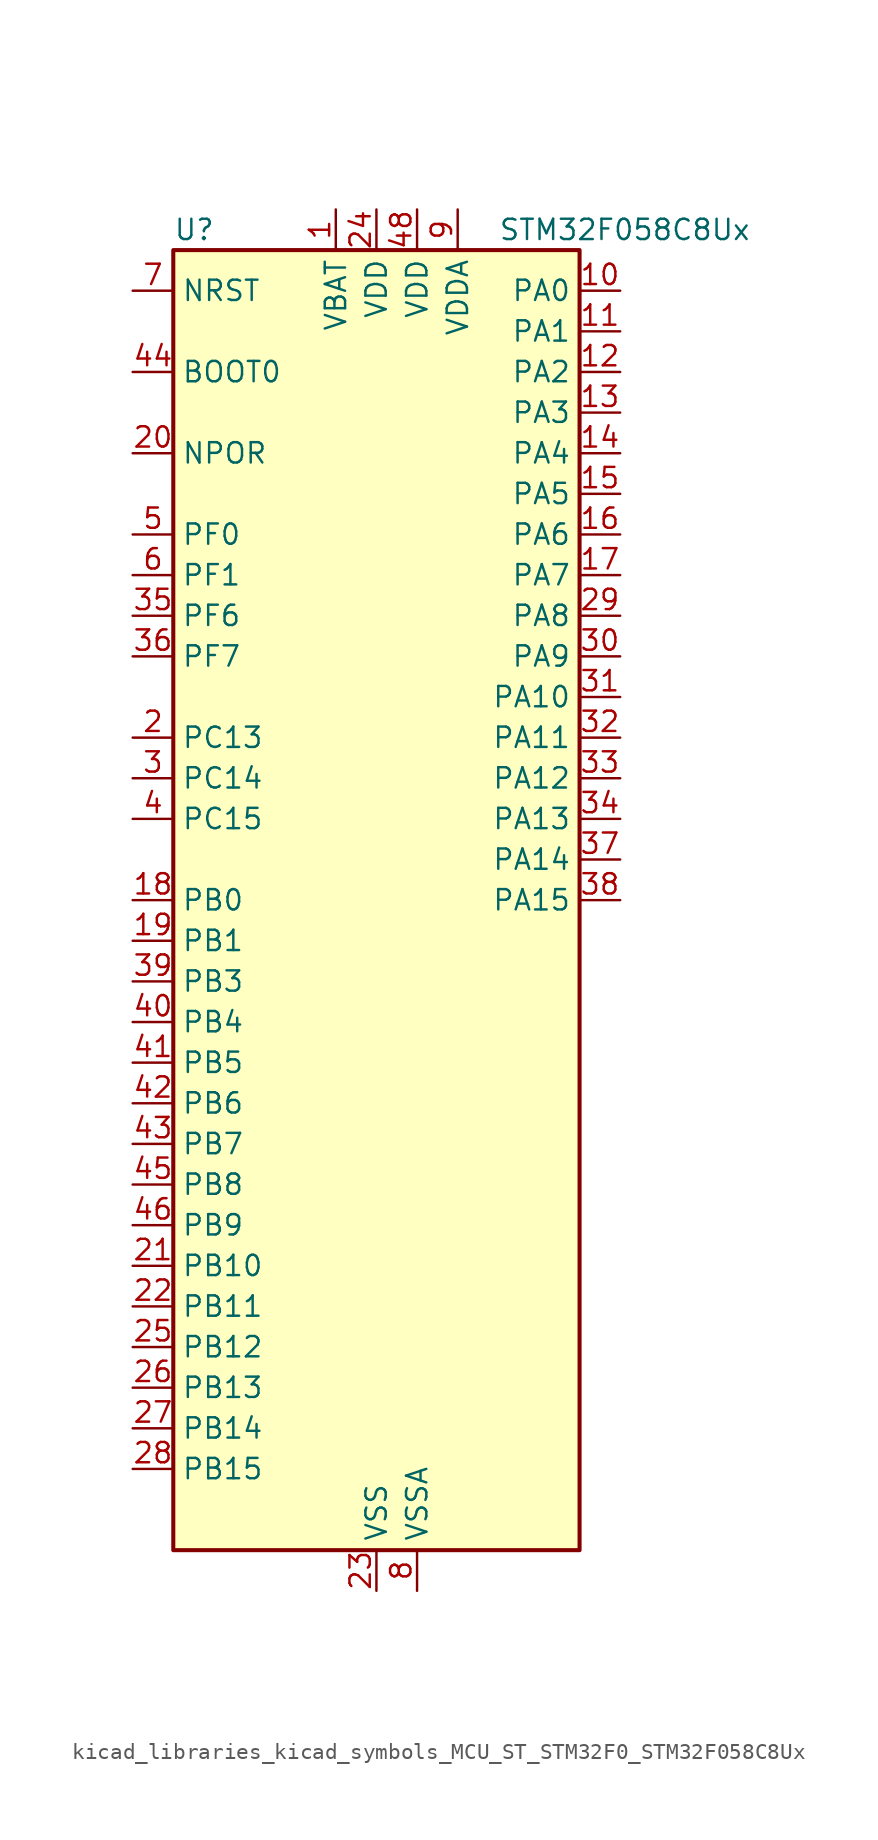
<source format=kicad_sym>
(kicad_symbol_lib
  (version 20220914)
  (generator kicad_symbol_editor)
  (symbol "kicad_libraries_kicad_symbols_MCU_ST_STM32F0_STM32F058C8Ux"
    (property "Reference" "U"
      (at -12.7 41.91 0)
      (effects (font (size 1.27 1.27)) (justify left)))
    (property "Value" "STM32F058C8Ux"
      (at 7.62 41.91 0)
      (effects (font (size 1.27 1.27)) (justify left)))
    (property "ki_locked" ""
      (at 0 0 0)
      (effects (font (size 1.27 1.27))))
    (symbol "kicad_libraries_kicad_symbols_MCU_ST_STM32F0_STM32F058C8Ux_0_1"
      (rectangle (start -12.7 -40.64) (end 12.7 40.64) (stroke (width 0.254) (type default)) (fill (type background))))
    (symbol "kicad_libraries_kicad_symbols_MCU_ST_STM32F0_STM32F058C8Ux_1_1"
      (pin power_in line (at -2.54 43.18 270) (length 2.54) (name "VBAT" (effects (font (size 1.27 1.27)))) (number "1" (effects (font (size 1.27 1.27)))))
      (pin bidirectional line (at 15.24 38.1 180) (length 2.54) (name "PA0" (effects (font (size 1.27 1.27)))) (number "10" (effects (font (size 1.27 1.27)))) (alternate "ADC_IN0" bidirectional line) (alternate "COMP1_INM" bidirectional line) (alternate "COMP1_OUT" bidirectional line) (alternate "RTC_TAMP2" bidirectional line) (alternate "SYS_WKUP1" bidirectional line) (alternate "TIM2_CH1" bidirectional line) (alternate "TIM2_ETR" bidirectional line) (alternate "TSC_G1_IO1" bidirectional line) (alternate "USART2_CTS" bidirectional line))
      (pin bidirectional line (at 15.24 35.56 180) (length 2.54) (name "PA1" (effects (font (size 1.27 1.27)))) (number "11" (effects (font (size 1.27 1.27)))) (alternate "ADC_IN1" bidirectional line) (alternate "COMP1_INP" bidirectional line) (alternate "TIM2_CH2" bidirectional line) (alternate "TSC_G1_IO2" bidirectional line) (alternate "USART2_DE" bidirectional line) (alternate "USART2_RTS" bidirectional line))
      (pin bidirectional line (at 15.24 33.02 180) (length 2.54) (name "PA2" (effects (font (size 1.27 1.27)))) (number "12" (effects (font (size 1.27 1.27)))) (alternate "ADC_IN2" bidirectional line) (alternate "COMP2_INM" bidirectional line) (alternate "COMP2_OUT" bidirectional line) (alternate "TIM15_CH1" bidirectional line) (alternate "TIM2_CH3" bidirectional line) (alternate "TSC_G1_IO3" bidirectional line) (alternate "USART2_TX" bidirectional line))
      (pin bidirectional line (at 15.24 30.48 180) (length 2.54) (name "PA3" (effects (font (size 1.27 1.27)))) (number "13" (effects (font (size 1.27 1.27)))) (alternate "ADC_IN3" bidirectional line) (alternate "COMP2_INP" bidirectional line) (alternate "TIM15_CH2" bidirectional line) (alternate "TIM2_CH4" bidirectional line) (alternate "TSC_G1_IO4" bidirectional line) (alternate "USART2_RX" bidirectional line))
      (pin bidirectional line (at 15.24 27.94 180) (length 2.54) (name "PA4" (effects (font (size 1.27 1.27)))) (number "14" (effects (font (size 1.27 1.27)))) (alternate "ADC_IN4" bidirectional line) (alternate "COMP1_INM" bidirectional line) (alternate "COMP2_INM" bidirectional line) (alternate "DAC1_OUT1" bidirectional line) (alternate "I2S1_WS" bidirectional line) (alternate "SPI1_NSS" bidirectional line) (alternate "TIM14_CH1" bidirectional line) (alternate "TSC_G2_IO1" bidirectional line) (alternate "USART2_CK" bidirectional line))
      (pin bidirectional line (at 15.24 25.4 180) (length 2.54) (name "PA5" (effects (font (size 1.27 1.27)))) (number "15" (effects (font (size 1.27 1.27)))) (alternate "ADC_IN5" bidirectional line) (alternate "CEC" bidirectional line) (alternate "COMP1_INM" bidirectional line) (alternate "COMP2_INM" bidirectional line) (alternate "I2S1_CK" bidirectional line) (alternate "SPI1_SCK" bidirectional line) (alternate "TIM2_CH1" bidirectional line) (alternate "TIM2_ETR" bidirectional line) (alternate "TSC_G2_IO2" bidirectional line))
      (pin bidirectional line (at 15.24 22.86 180) (length 2.54) (name "PA6" (effects (font (size 1.27 1.27)))) (number "16" (effects (font (size 1.27 1.27)))) (alternate "ADC_IN6" bidirectional line) (alternate "COMP1_OUT" bidirectional line) (alternate "I2S1_MCK" bidirectional line) (alternate "SPI1_MISO" bidirectional line) (alternate "TIM16_CH1" bidirectional line) (alternate "TIM1_BKIN" bidirectional line) (alternate "TIM3_CH1" bidirectional line) (alternate "TSC_G2_IO3" bidirectional line))
      (pin bidirectional line (at 15.24 20.32 180) (length 2.54) (name "PA7" (effects (font (size 1.27 1.27)))) (number "17" (effects (font (size 1.27 1.27)))) (alternate "ADC_IN7" bidirectional line) (alternate "COMP2_OUT" bidirectional line) (alternate "I2S1_SD" bidirectional line) (alternate "SPI1_MOSI" bidirectional line) (alternate "TIM14_CH1" bidirectional line) (alternate "TIM17_CH1" bidirectional line) (alternate "TIM1_CH1N" bidirectional line) (alternate "TIM3_CH2" bidirectional line) (alternate "TSC_G2_IO4" bidirectional line))
      (pin bidirectional line (at -15.24 0 0) (length 2.54) (name "PB0" (effects (font (size 1.27 1.27)))) (number "18" (effects (font (size 1.27 1.27)))) (alternate "ADC_IN8" bidirectional line) (alternate "TIM1_CH2N" bidirectional line) (alternate "TIM3_CH3" bidirectional line) (alternate "TSC_G3_IO2" bidirectional line))
      (pin bidirectional line (at -15.24 -2.54 0) (length 2.54) (name "PB1" (effects (font (size 1.27 1.27)))) (number "19" (effects (font (size 1.27 1.27)))) (alternate "ADC_IN9" bidirectional line) (alternate "TIM14_CH1" bidirectional line) (alternate "TIM1_CH3N" bidirectional line) (alternate "TIM3_CH4" bidirectional line) (alternate "TSC_G3_IO3" bidirectional line))
      (pin bidirectional line (at -15.24 10.16 0) (length 2.54) (name "PC13" (effects (font (size 1.27 1.27)))) (number "2" (effects (font (size 1.27 1.27)))) (alternate "RTC_OUT_ALARM" bidirectional line) (alternate "RTC_OUT_CALIB" bidirectional line) (alternate "RTC_TAMP1" bidirectional line) (alternate "RTC_TS" bidirectional line) (alternate "SYS_WKUP2" bidirectional line))
      (pin input line (at -15.24 27.94 0) (length 2.54) (name "NPOR" (effects (font (size 1.27 1.27)))) (number "20" (effects (font (size 1.27 1.27)))))
      (pin bidirectional line (at -15.24 -22.86 0) (length 2.54) (name "PB10" (effects (font (size 1.27 1.27)))) (number "21" (effects (font (size 1.27 1.27)))) (alternate "CEC" bidirectional line) (alternate "I2C2_SCL" bidirectional line) (alternate "TIM2_CH3" bidirectional line) (alternate "TSC_SYNC" bidirectional line))
      (pin bidirectional line (at -15.24 -25.4 0) (length 2.54) (name "PB11" (effects (font (size 1.27 1.27)))) (number "22" (effects (font (size 1.27 1.27)))) (alternate "I2C2_SDA" bidirectional line) (alternate "TIM2_CH4" bidirectional line) (alternate "TSC_G6_IO1" bidirectional line))
      (pin power_in line (at 0 -43.18 90) (length 2.54) (name "VSS" (effects (font (size 1.27 1.27)))) (number "23" (effects (font (size 1.27 1.27)))))
      (pin power_in line (at 0 43.18 270) (length 2.54) (name "VDD" (effects (font (size 1.27 1.27)))) (number "24" (effects (font (size 1.27 1.27)))))
      (pin bidirectional line (at -15.24 -27.94 0) (length 2.54) (name "PB12" (effects (font (size 1.27 1.27)))) (number "25" (effects (font (size 1.27 1.27)))) (alternate "SPI2_NSS" bidirectional line) (alternate "TIM1_BKIN" bidirectional line) (alternate "TSC_G6_IO2" bidirectional line))
      (pin bidirectional line (at -15.24 -30.48 0) (length 2.54) (name "PB13" (effects (font (size 1.27 1.27)))) (number "26" (effects (font (size 1.27 1.27)))) (alternate "SPI2_SCK" bidirectional line) (alternate "TIM1_CH1N" bidirectional line) (alternate "TSC_G6_IO3" bidirectional line))
      (pin bidirectional line (at -15.24 -33.02 0) (length 2.54) (name "PB14" (effects (font (size 1.27 1.27)))) (number "27" (effects (font (size 1.27 1.27)))) (alternate "SPI2_MISO" bidirectional line) (alternate "TIM15_CH1" bidirectional line) (alternate "TIM1_CH2N" bidirectional line) (alternate "TSC_G6_IO4" bidirectional line))
      (pin bidirectional line (at -15.24 -35.56 0) (length 2.54) (name "PB15" (effects (font (size 1.27 1.27)))) (number "28" (effects (font (size 1.27 1.27)))) (alternate "RTC_REFIN" bidirectional line) (alternate "SPI2_MOSI" bidirectional line) (alternate "TIM15_CH1N" bidirectional line) (alternate "TIM15_CH2" bidirectional line) (alternate "TIM1_CH3N" bidirectional line))
      (pin bidirectional line (at 15.24 17.78 180) (length 2.54) (name "PA8" (effects (font (size 1.27 1.27)))) (number "29" (effects (font (size 1.27 1.27)))) (alternate "RCC_MCO" bidirectional line) (alternate "TIM1_CH1" bidirectional line) (alternate "USART1_CK" bidirectional line))
      (pin bidirectional line (at -15.24 7.62 0) (length 2.54) (name "PC14" (effects (font (size 1.27 1.27)))) (number "3" (effects (font (size 1.27 1.27)))) (alternate "RCC_OSC32_IN" bidirectional line))
      (pin bidirectional line (at 15.24 15.24 180) (length 2.54) (name "PA9" (effects (font (size 1.27 1.27)))) (number "30" (effects (font (size 1.27 1.27)))) (alternate "DAC1_EXTI9" bidirectional line) (alternate "TIM15_BKIN" bidirectional line) (alternate "TIM1_CH2" bidirectional line) (alternate "TSC_G4_IO1" bidirectional line) (alternate "USART1_TX" bidirectional line))
      (pin bidirectional line (at 15.24 12.7 180) (length 2.54) (name "PA10" (effects (font (size 1.27 1.27)))) (number "31" (effects (font (size 1.27 1.27)))) (alternate "TIM17_BKIN" bidirectional line) (alternate "TIM1_CH3" bidirectional line) (alternate "TSC_G4_IO2" bidirectional line) (alternate "USART1_RX" bidirectional line))
      (pin bidirectional line (at 15.24 10.16 180) (length 2.54) (name "PA11" (effects (font (size 1.27 1.27)))) (number "32" (effects (font (size 1.27 1.27)))) (alternate "COMP1_OUT" bidirectional line) (alternate "TIM1_CH4" bidirectional line) (alternate "TSC_G4_IO3" bidirectional line) (alternate "USART1_CTS" bidirectional line))
      (pin bidirectional line (at 15.24 7.62 180) (length 2.54) (name "PA12" (effects (font (size 1.27 1.27)))) (number "33" (effects (font (size 1.27 1.27)))) (alternate "COMP2_OUT" bidirectional line) (alternate "TIM1_ETR" bidirectional line) (alternate "TSC_G4_IO4" bidirectional line) (alternate "USART1_DE" bidirectional line) (alternate "USART1_RTS" bidirectional line))
      (pin bidirectional line (at 15.24 5.08 180) (length 2.54) (name "PA13" (effects (font (size 1.27 1.27)))) (number "34" (effects (font (size 1.27 1.27)))) (alternate "IR_OUT" bidirectional line) (alternate "SYS_SWDIO" bidirectional line))
      (pin bidirectional line (at -15.24 17.78 0) (length 2.54) (name "PF6" (effects (font (size 1.27 1.27)))) (number "35" (effects (font (size 1.27 1.27)))) (alternate "I2C2_SCL" bidirectional line))
      (pin bidirectional line (at -15.24 15.24 0) (length 2.54) (name "PF7" (effects (font (size 1.27 1.27)))) (number "36" (effects (font (size 1.27 1.27)))) (alternate "I2C2_SDA" bidirectional line))
      (pin bidirectional line (at 15.24 2.54 180) (length 2.54) (name "PA14" (effects (font (size 1.27 1.27)))) (number "37" (effects (font (size 1.27 1.27)))) (alternate "SYS_SWCLK" bidirectional line) (alternate "USART2_TX" bidirectional line))
      (pin bidirectional line (at 15.24 0 180) (length 2.54) (name "PA15" (effects (font (size 1.27 1.27)))) (number "38" (effects (font (size 1.27 1.27)))) (alternate "I2S1_WS" bidirectional line) (alternate "SPI1_NSS" bidirectional line) (alternate "TIM2_CH1" bidirectional line) (alternate "TIM2_ETR" bidirectional line) (alternate "USART2_RX" bidirectional line))
      (pin bidirectional line (at -15.24 -5.08 0) (length 2.54) (name "PB3" (effects (font (size 1.27 1.27)))) (number "39" (effects (font (size 1.27 1.27)))) (alternate "I2S1_CK" bidirectional line) (alternate "SPI1_SCK" bidirectional line) (alternate "TIM2_CH2" bidirectional line) (alternate "TSC_G5_IO1" bidirectional line))
      (pin bidirectional line (at -15.24 5.08 0) (length 2.54) (name "PC15" (effects (font (size 1.27 1.27)))) (number "4" (effects (font (size 1.27 1.27)))) (alternate "RCC_OSC32_OUT" bidirectional line))
      (pin bidirectional line (at -15.24 -7.62 0) (length 2.54) (name "PB4" (effects (font (size 1.27 1.27)))) (number "40" (effects (font (size 1.27 1.27)))) (alternate "I2S1_MCK" bidirectional line) (alternate "SPI1_MISO" bidirectional line) (alternate "TIM3_CH1" bidirectional line) (alternate "TSC_G5_IO2" bidirectional line))
      (pin bidirectional line (at -15.24 -10.16 0) (length 2.54) (name "PB5" (effects (font (size 1.27 1.27)))) (number "41" (effects (font (size 1.27 1.27)))) (alternate "I2C1_SMBA" bidirectional line) (alternate "I2S1_SD" bidirectional line) (alternate "SPI1_MOSI" bidirectional line) (alternate "TIM16_BKIN" bidirectional line) (alternate "TIM3_CH2" bidirectional line))
      (pin bidirectional line (at -15.24 -12.7 0) (length 2.54) (name "PB6" (effects (font (size 1.27 1.27)))) (number "42" (effects (font (size 1.27 1.27)))) (alternate "I2C1_SCL" bidirectional line) (alternate "TIM16_CH1N" bidirectional line) (alternate "TSC_G5_IO3" bidirectional line) (alternate "USART1_TX" bidirectional line))
      (pin bidirectional line (at -15.24 -15.24 0) (length 2.54) (name "PB7" (effects (font (size 1.27 1.27)))) (number "43" (effects (font (size 1.27 1.27)))) (alternate "I2C1_SDA" bidirectional line) (alternate "TIM17_CH1N" bidirectional line) (alternate "TSC_G5_IO4" bidirectional line) (alternate "USART1_RX" bidirectional line))
      (pin input line (at -15.24 33.02 0) (length 2.54) (name "BOOT0" (effects (font (size 1.27 1.27)))) (number "44" (effects (font (size 1.27 1.27)))))
      (pin bidirectional line (at -15.24 -17.78 0) (length 2.54) (name "PB8" (effects (font (size 1.27 1.27)))) (number "45" (effects (font (size 1.27 1.27)))) (alternate "CEC" bidirectional line) (alternate "I2C1_SCL" bidirectional line) (alternate "TIM16_CH1" bidirectional line) (alternate "TSC_SYNC" bidirectional line))
      (pin bidirectional line (at -15.24 -20.32 0) (length 2.54) (name "PB9" (effects (font (size 1.27 1.27)))) (number "46" (effects (font (size 1.27 1.27)))) (alternate "DAC1_EXTI9" bidirectional line) (alternate "I2C1_SDA" bidirectional line) (alternate "IR_OUT" bidirectional line) (alternate "TIM17_CH1" bidirectional line))
      (pin passive line (at 0 -43.18 90) (length 2.54) hide (name "VSS" (effects (font (size 1.27 1.27)))) (number "47" (effects (font (size 1.27 1.27)))))
      (pin power_in line (at 2.54 43.18 270) (length 2.54) (name "VDD" (effects (font (size 1.27 1.27)))) (number "48" (effects (font (size 1.27 1.27)))))
      (pin passive line (at 0 -43.18 90) (length 2.54) hide (name "VSS" (effects (font (size 1.27 1.27)))) (number "49" (effects (font (size 1.27 1.27)))))
      (pin bidirectional line (at -15.24 22.86 0) (length 2.54) (name "PF0" (effects (font (size 1.27 1.27)))) (number "5" (effects (font (size 1.27 1.27)))) (alternate "RCC_OSC_IN" bidirectional line))
      (pin bidirectional line (at -15.24 20.32 0) (length 2.54) (name "PF1" (effects (font (size 1.27 1.27)))) (number "6" (effects (font (size 1.27 1.27)))) (alternate "RCC_OSC_OUT" bidirectional line))
      (pin input line (at -15.24 38.1 0) (length 2.54) (name "NRST" (effects (font (size 1.27 1.27)))) (number "7" (effects (font (size 1.27 1.27)))))
      (pin power_in line (at 2.54 -43.18 90) (length 2.54) (name "VSSA" (effects (font (size 1.27 1.27)))) (number "8" (effects (font (size 1.27 1.27)))))
      (pin power_in line (at 5.08 43.18 270) (length 2.54) (name "VDDA" (effects (font (size 1.27 1.27)))) (number "9" (effects (font (size 1.27 1.27))))))))
</source>
